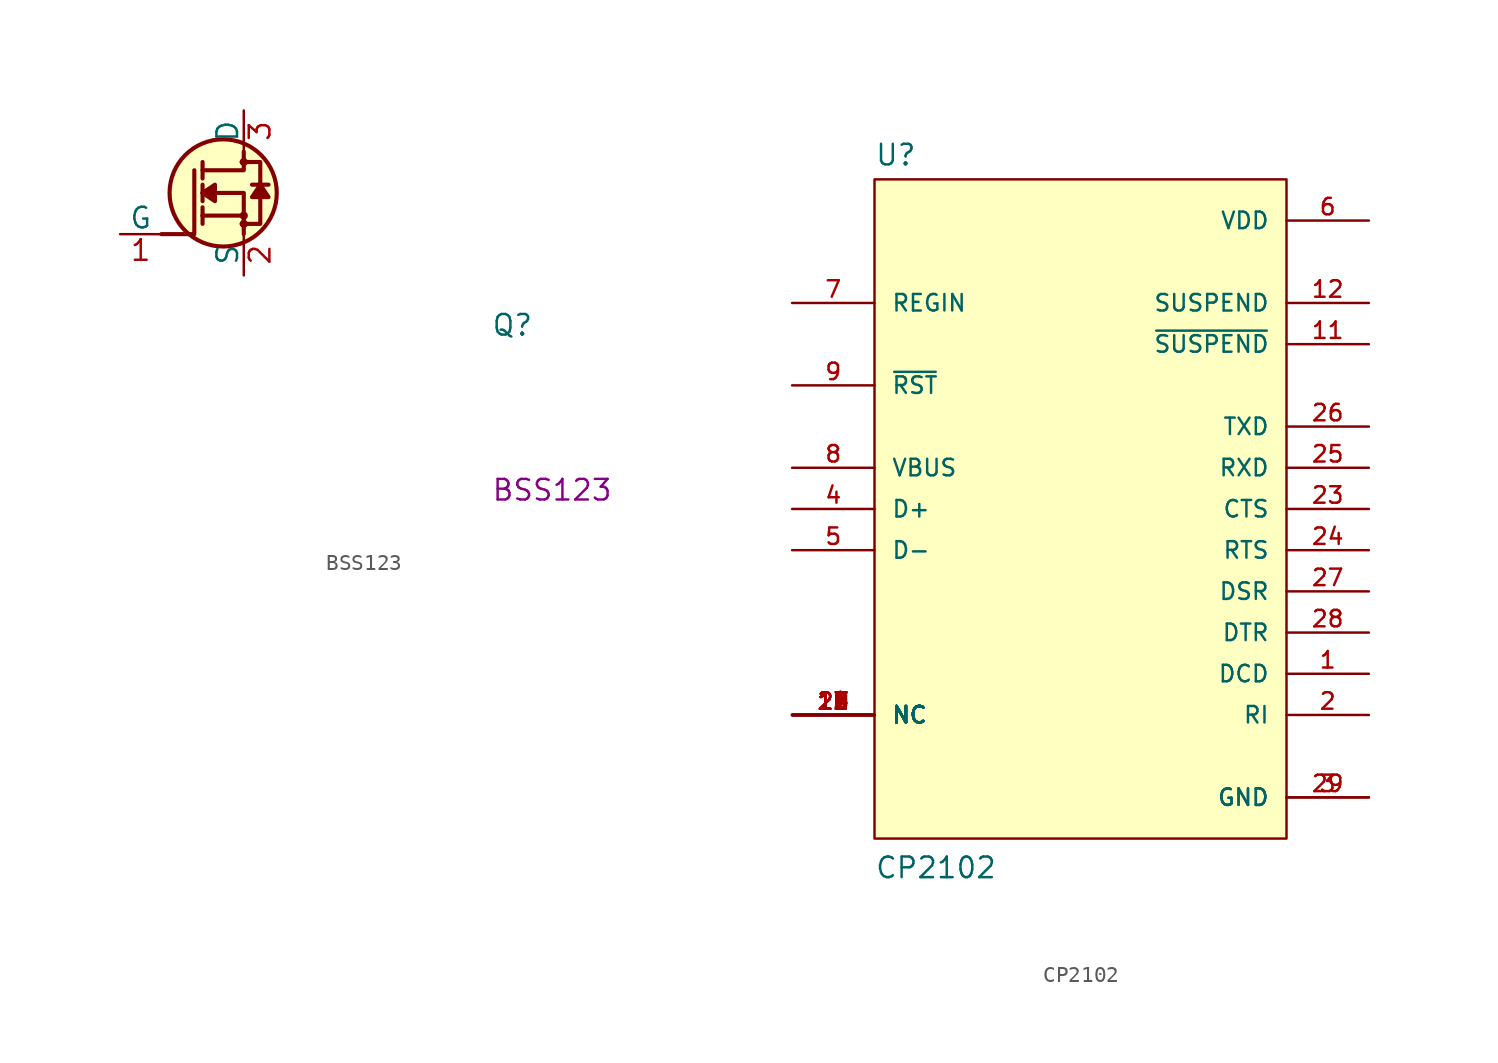
<source format=kicad_sym>
(kicad_symbol_lib
  (version 20231120)
  (generator "kicad_symbol_editor")
  (generator_version "8.0")
  (symbol "BSS123"
    (pin_names
      (offset 0))
    (property "Reference" "Q"
      (at 22.86 -6.35 0)
      (effects (font (size 1.27 1.27) (thickness 0.15)) (justify left bottom)))
    (property "MPN" "BSS123"
      (at 22.86 -16.51 0)
      (effects (font (size 1.27 1.27) (thickness 0.15)) (justify left bottom)))
    (symbol "BSS123_1_1"
      (polyline (pts (xy 5.08 1.143) (xy 5.08 0.635)) (stroke (width 0.254) (type default)) (fill (type background)))
      (polyline (pts (xy 5.08 1.143) (xy 5.08 1.651)) (stroke (width 0.254) (type default)) (fill (type background)))
      (polyline (pts (xy 5.08 2.54) (xy 5.08 2.032)) (stroke (width 0.254) (type default)) (fill (type background)))
      (polyline (pts (xy 5.08 2.54) (xy 5.08 3.048)) (stroke (width 0.254) (type default)) (fill (type background)))
      (polyline (pts (xy 5.08 4.445) (xy 5.08 3.429)) (stroke (width 0.254) (type default)) (fill (type background)))
      (polyline (pts (xy 7.62 1.143) (xy 5.08 1.143)) (stroke (width 0.254) (type default)) (fill (type background)))
      (polyline (pts (xy 9.144 3.048) (xy 8.128 3.048)) (stroke (width 0.254) (type default)) (fill (type background)))
      (polyline (pts (xy 2.54 0) (xy 4.572 0) (xy 4.572 3.937)) (stroke (width 0.254) (type default)) (fill (type none)))
      (polyline (pts (xy 7.62 0) (xy 7.62 2.54) (xy 5.08 2.54)) (stroke (width 0.254) (type default)) (fill (type background)))
      (polyline (pts (xy 7.62 5.08) (xy 7.62 3.937) (xy 5.08 3.937)) (stroke (width 0.254) (type default)) (fill (type background)))
      (polyline (pts (xy 5.08 2.54) (xy 5.842 3.048) (xy 5.842 2.032) (xy 5.08 2.54)) (stroke (width 0.254) (type default)) (fill (type outline)))
      (polyline (pts (xy 8.636 3.048) (xy 8.128 2.286) (xy 9.144 2.286) (xy 8.636 3.048)) (stroke (width 0.254) (type default)) (fill (type outline)))
      (polyline (pts (xy 7.493 0.635) (xy 8.636 0.635) (xy 8.636 3.937) (xy 8.636 4.445) (xy 7.493 4.445)) (stroke (width 0.254) (type default)) (fill (type background)))
      (circle (center 6.35 2.54) (radius 3.302) (stroke (width 0.254) (type default)) (fill (type background)))
      (circle (center 7.62 0.635) (radius 0.127) (stroke (width 0.254) (type default)) (fill (type background)))
      (circle (center 7.62 1.143) (radius 0.127) (stroke (width 0.254) (type default)) (fill (type background)))
      (circle (center 7.62 4.445) (radius 0.127) (stroke (width 0.254) (type default)) (fill (type background)))
      (pin bidirectional line (at 0 0 0) (length 2.54) (name "G" (effects (font (size 1.27 1.27)))) (number "1" (effects (font (size 1.27 1.27)))))
      (pin bidirectional line (at 7.62 -2.54 90) (length 2.54) (name "S" (effects (font (size 1.27 1.27)))) (number "2" (effects (font (size 1.27 1.27)))))
      (pin bidirectional line (at 7.62 7.62 270) (length 2.54) (name "D" (effects (font (size 1.27 1.27)))) (number "3" (effects (font (size 1.27 1.27)))))))
  (symbol "CP2102"
    (pin_names
      (offset 1.016))
    (property "Reference" "U"
      (at -12.7 21.082 0)
      (effects (font (size 1.27 1.27)) (justify left bottom)))
    (property "Value" "CP2102"
      (at -12.7 -22.86 0)
      (effects (font (size 1.27 1.27)) (justify left bottom)))
    (symbol "CP2102_0_0"
      (rectangle (start -12.7 -20.32) (end 12.7 20.32) (stroke (width 0.152) (type default)) (fill (type background)))
      (pin input line (at 17.78 -10.16 180) (length 5.08) (name "DCD" (effects (font (size 1.016 1.016)))) (number "1" (effects (font (size 1.016 1.016)))))
      (pin passive line (at -17.78 -12.7 0) (length 5.08) (name "NC" (effects (font (size 1.016 1.016)))) (number "10" (effects (font (size 1.016 1.016)))))
      (pin output line (at 17.78 10.16 180) (length 5.08) (name "~{SUSPEND}" (effects (font (size 1.016 1.016)))) (number "11" (effects (font (size 1.016 1.016)))))
      (pin output line (at 17.78 12.7 180) (length 5.08) (name "SUSPEND" (effects (font (size 1.016 1.016)))) (number "12" (effects (font (size 1.016 1.016)))))
      (pin passive line (at -17.78 -12.7 0) (length 5.08) (name "NC" (effects (font (size 1.016 1.016)))) (number "13" (effects (font (size 1.016 1.016)))))
      (pin passive line (at -17.78 -12.7 0) (length 5.08) (name "NC" (effects (font (size 1.016 1.016)))) (number "14" (effects (font (size 1.016 1.016)))))
      (pin passive line (at -17.78 -12.7 0) (length 5.08) (name "NC" (effects (font (size 1.016 1.016)))) (number "15" (effects (font (size 1.016 1.016)))))
      (pin passive line (at -17.78 -12.7 0) (length 5.08) (name "NC" (effects (font (size 1.016 1.016)))) (number "16" (effects (font (size 1.016 1.016)))))
      (pin passive line (at -17.78 -12.7 0) (length 5.08) (name "NC" (effects (font (size 1.016 1.016)))) (number "17" (effects (font (size 1.016 1.016)))))
      (pin passive line (at -17.78 -12.7 0) (length 5.08) (name "NC" (effects (font (size 1.016 1.016)))) (number "18" (effects (font (size 1.016 1.016)))))
      (pin passive line (at -17.78 -12.7 0) (length 5.08) (name "NC" (effects (font (size 1.016 1.016)))) (number "19" (effects (font (size 1.016 1.016)))))
      (pin input line (at 17.78 -12.7 180) (length 5.08) (name "RI" (effects (font (size 1.016 1.016)))) (number "2" (effects (font (size 1.016 1.016)))))
      (pin passive line (at -17.78 -12.7 0) (length 5.08) (name "NC" (effects (font (size 1.016 1.016)))) (number "20" (effects (font (size 1.016 1.016)))))
      (pin passive line (at -17.78 -12.7 0) (length 5.08) (name "NC" (effects (font (size 1.016 1.016)))) (number "21" (effects (font (size 1.016 1.016)))))
      (pin passive line (at -17.78 -12.7 0) (length 5.08) (name "NC" (effects (font (size 1.016 1.016)))) (number "22" (effects (font (size 1.016 1.016)))))
      (pin input line (at 17.78 0 180) (length 5.08) (name "CTS" (effects (font (size 1.016 1.016)))) (number "23" (effects (font (size 1.016 1.016)))))
      (pin output line (at 17.78 -2.54 180) (length 5.08) (name "RTS" (effects (font (size 1.016 1.016)))) (number "24" (effects (font (size 1.016 1.016)))))
      (pin input line (at 17.78 2.54 180) (length 5.08) (name "RXD" (effects (font (size 1.016 1.016)))) (number "25" (effects (font (size 1.016 1.016)))))
      (pin output line (at 17.78 5.08 180) (length 5.08) (name "TXD" (effects (font (size 1.016 1.016)))) (number "26" (effects (font (size 1.016 1.016)))))
      (pin input line (at 17.78 -5.08 180) (length 5.08) (name "DSR" (effects (font (size 1.016 1.016)))) (number "27" (effects (font (size 1.016 1.016)))))
      (pin output line (at 17.78 -7.62 180) (length 5.08) (name "DTR" (effects (font (size 1.016 1.016)))) (number "28" (effects (font (size 1.016 1.016)))))
      (pin power_in line (at 17.78 -17.78 180) (length 5.08) (name "GND" (effects (font (size 1.016 1.016)))) (number "29" (effects (font (size 1.016 1.016)))))
      (pin power_in line (at 17.78 -17.78 180) (length 5.08) (name "GND" (effects (font (size 1.016 1.016)))) (number "3" (effects (font (size 1.016 1.016)))))
      (pin bidirectional line (at -17.78 0 0) (length 5.08) (name "D+" (effects (font (size 1.016 1.016)))) (number "4" (effects (font (size 1.016 1.016)))))
      (pin bidirectional line (at -17.78 -2.54 0) (length 5.08) (name "D-" (effects (font (size 1.016 1.016)))) (number "5" (effects (font (size 1.016 1.016)))))
      (pin power_in line (at 17.78 17.78 180) (length 5.08) (name "VDD" (effects (font (size 1.016 1.016)))) (number "6" (effects (font (size 1.016 1.016)))))
      (pin input line (at -17.78 12.7 0) (length 5.08) (name "REGIN" (effects (font (size 1.016 1.016)))) (number "7" (effects (font (size 1.016 1.016)))))
      (pin input line (at -17.78 2.54 0) (length 5.08) (name "VBUS" (effects (font (size 1.016 1.016)))) (number "8" (effects (font (size 1.016 1.016)))))
      (pin bidirectional line (at -17.78 7.62 0) (length 5.08) (name "~{RST}" (effects (font (size 1.016 1.016)))) (number "9" (effects (font (size 1.016 1.016))))))))
</source>
